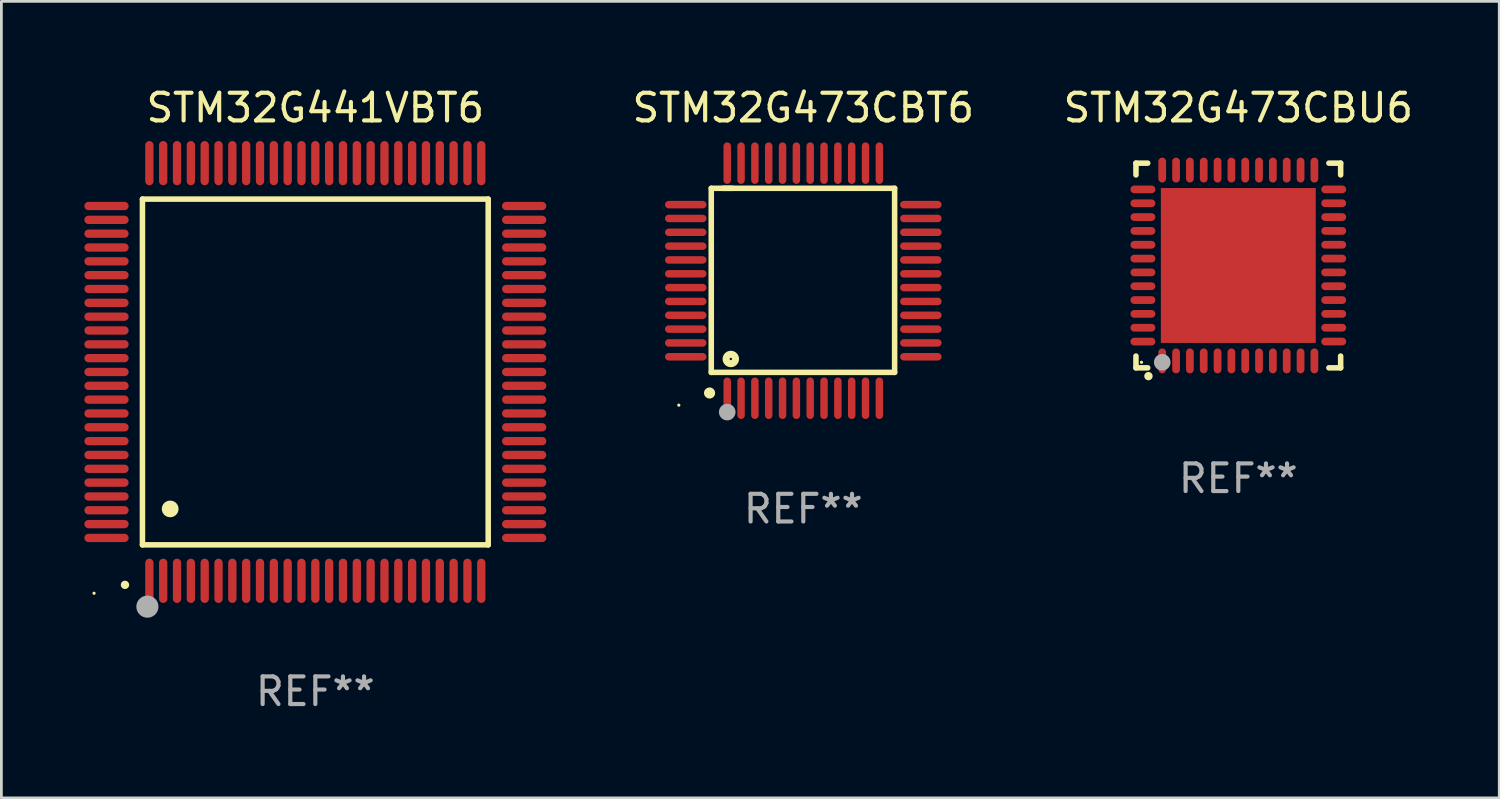
<source format=kicad_pcb>
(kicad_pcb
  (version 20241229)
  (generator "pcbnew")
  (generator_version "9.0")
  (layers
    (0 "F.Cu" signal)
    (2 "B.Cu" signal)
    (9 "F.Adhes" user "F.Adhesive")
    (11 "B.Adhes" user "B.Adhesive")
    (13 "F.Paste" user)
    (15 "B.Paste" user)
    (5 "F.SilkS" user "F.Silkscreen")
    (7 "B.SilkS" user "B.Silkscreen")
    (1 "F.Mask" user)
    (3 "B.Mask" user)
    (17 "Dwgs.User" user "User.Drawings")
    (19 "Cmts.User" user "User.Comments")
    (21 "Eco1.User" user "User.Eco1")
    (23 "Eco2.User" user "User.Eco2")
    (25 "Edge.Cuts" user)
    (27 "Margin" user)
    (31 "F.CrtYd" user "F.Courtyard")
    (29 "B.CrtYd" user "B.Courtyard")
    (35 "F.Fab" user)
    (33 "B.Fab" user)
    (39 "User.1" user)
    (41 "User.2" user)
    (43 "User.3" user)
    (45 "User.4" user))
  (footprint "STM32G473CBT6"
    (layer "F.Cu")
    (at 25.991 7.098)
    (property "Reference" "STM32G473CBT6" (at 0 -6.25 0) (layer "F.SilkS") (effects (font (size 1 1) (thickness 0.15))))
    (attr through_hole)
    (fp_line (start -3.327 -3.34) (end -2.565 -3.34) (stroke (width 0.2) (type solid)) (layer "F.SilkS"))
    (fp_line (start -3.327 3.315) (end -3.327 -3.34) (stroke (width 0.2) (type solid)) (layer "F.SilkS"))
    (fp_line (start -2.896 -3.34) (end 3.302 -3.34) (stroke (width 0.2) (type solid)) (layer "F.SilkS"))
    (fp_line (start 3.302 -3.34) (end 3.302 3.315) (stroke (width 0.2) (type solid)) (layer "F.SilkS"))
    (fp_line (start 3.302 3.315) (end -3.327 3.315) (stroke (width 0.2) (type solid)) (layer "F.SilkS"))
    (fp_arc (start -3.389992 4.059995) (mid -3.388722 4.059991) (end -3.387452 4.059995) (stroke (width 0.4) (type solid)) (layer "F.SilkS"))
    (fp_circle (center -4.5 4.5) (end -4.47 4.5) (stroke (width 0.06) (type solid)) (fill no) (layer "F.SilkS"))
    (fp_circle (center -2.62 2.83) (end -2.45 2.83) (stroke (width 0.254) (type solid)) (fill no) (layer "F.SilkS"))
    (fp_circle (center -2.75 4.75) (end -2.6 4.75) (stroke (width 0.3) (type solid)) (fill no) (layer "F.Fab"))
    (fp_text user "REF**" (at 0 8.25 0) (layer "F.Fab") (effects (font (size 1 1) (thickness 0.15))))
    (pad "1" smd oval (at -2.75 4.25) (size 0.27 1.5) (layers "F.Cu" "F.Mask" "F.Paste"))
    (pad "2" smd oval (at -2.25 4.25) (size 0.27 1.5) (layers "F.Cu" "F.Mask" "F.Paste"))
    (pad "3" smd oval (at -1.75 4.25) (size 0.27 1.5) (layers "F.Cu" "F.Mask" "F.Paste"))
    (pad "4" smd oval (at -1.25 4.25) (size 0.27 1.5) (layers "F.Cu" "F.Mask" "F.Paste"))
    (pad "5" smd oval (at -0.75 4.25) (size 0.27 1.5) (layers "F.Cu" "F.Mask" "F.Paste"))
    (pad "6" smd oval (at -0.25 4.25) (size 0.27 1.5) (layers "F.Cu" "F.Mask" "F.Paste"))
    (pad "7" smd oval (at 0.25 4.25) (size 0.27 1.5) (layers "F.Cu" "F.Mask" "F.Paste"))
    (pad "8" smd oval (at 0.75 4.25) (size 0.27 1.5) (layers "F.Cu" "F.Mask" "F.Paste"))
    (pad "9" smd oval (at 1.25 4.25) (size 0.27 1.5) (layers "F.Cu" "F.Mask" "F.Paste"))
    (pad "10" smd oval (at 1.75 4.25) (size 0.27 1.5) (layers "F.Cu" "F.Mask" "F.Paste"))
    (pad "11" smd oval (at 2.25 4.25) (size 0.27 1.5) (layers "F.Cu" "F.Mask" "F.Paste"))
    (pad "12" smd oval (at 2.75 4.25) (size 0.27 1.5) (layers "F.Cu" "F.Mask" "F.Paste"))
    (pad "13" smd oval (at 4.25 2.75) (size 1.5 0.27) (layers "F.Cu" "F.Mask" "F.Paste"))
    (pad "14" smd oval (at 4.25 2.25) (size 1.5 0.27) (layers "F.Cu" "F.Mask" "F.Paste"))
    (pad "15" smd oval (at 4.25 1.75) (size 1.5 0.27) (layers "F.Cu" "F.Mask" "F.Paste"))
    (pad "16" smd oval (at 4.25 1.25) (size 1.5 0.27) (layers "F.Cu" "F.Mask" "F.Paste"))
    (pad "17" smd oval (at 4.25 0.75) (size 1.5 0.27) (layers "F.Cu" "F.Mask" "F.Paste"))
    (pad "18" smd oval (at 4.25 0.25) (size 1.5 0.27) (layers "F.Cu" "F.Mask" "F.Paste"))
    (pad "19" smd oval (at 4.25 -0.25) (size 1.5 0.27) (layers "F.Cu" "F.Mask" "F.Paste"))
    (pad "20" smd oval (at 4.25 -0.75) (size 1.5 0.27) (layers "F.Cu" "F.Mask" "F.Paste"))
    (pad "21" smd oval (at 4.25 -1.25) (size 1.5 0.27) (layers "F.Cu" "F.Mask" "F.Paste"))
    (pad "22" smd oval (at 4.25 -1.75) (size 1.5 0.27) (layers "F.Cu" "F.Mask" "F.Paste"))
    (pad "23" smd oval (at 4.25 -2.25) (size 1.5 0.27) (layers "F.Cu" "F.Mask" "F.Paste"))
    (pad "24" smd oval (at 4.25 -2.75) (size 1.5 0.27) (layers "F.Cu" "F.Mask" "F.Paste"))
    (pad "25" smd oval (at 2.75 -4.25) (size 0.27 1.5) (layers "F.Cu" "F.Mask" "F.Paste"))
    (pad "26" smd oval (at 2.25 -4.25) (size 0.27 1.5) (layers "F.Cu" "F.Mask" "F.Paste"))
    (pad "27" smd oval (at 1.75 -4.25) (size 0.27 1.5) (layers "F.Cu" "F.Mask" "F.Paste"))
    (pad "28" smd oval (at 1.25 -4.25) (size 0.27 1.5) (layers "F.Cu" "F.Mask" "F.Paste"))
    (pad "29" smd oval (at 0.75 -4.25) (size 0.27 1.5) (layers "F.Cu" "F.Mask" "F.Paste"))
    (pad "30" smd oval (at 0.25 -4.25) (size 0.27 1.5) (layers "F.Cu" "F.Mask" "F.Paste"))
    (pad "31" smd oval (at -0.25 -4.25) (size 0.27 1.5) (layers "F.Cu" "F.Mask" "F.Paste"))
    (pad "32" smd oval (at -0.75 -4.25) (size 0.27 1.5) (layers "F.Cu" "F.Mask" "F.Paste"))
    (pad "33" smd oval (at -1.25 -4.25) (size 0.27 1.5) (layers "F.Cu" "F.Mask" "F.Paste"))
    (pad "34" smd oval (at -1.75 -4.25) (size 0.27 1.5) (layers "F.Cu" "F.Mask" "F.Paste"))
    (pad "35" smd oval (at -2.25 -4.25) (size 0.27 1.5) (layers "F.Cu" "F.Mask" "F.Paste"))
    (pad "36" smd oval (at -2.75 -4.25) (size 0.27 1.5) (layers "F.Cu" "F.Mask" "F.Paste"))
    (pad "37" smd oval (at -4.25 -2.75) (size 1.5 0.27) (layers "F.Cu" "F.Mask" "F.Paste"))
    (pad "38" smd oval (at -4.25 -2.25) (size 1.5 0.27) (layers "F.Cu" "F.Mask" "F.Paste"))
    (pad "39" smd oval (at -4.25 -1.75) (size 1.5 0.27) (layers "F.Cu" "F.Mask" "F.Paste"))
    (pad "40" smd oval (at -4.25 -1.25) (size 1.5 0.27) (layers "F.Cu" "F.Mask" "F.Paste"))
    (pad "41" smd oval (at -4.25 -0.75) (size 1.5 0.27) (layers "F.Cu" "F.Mask" "F.Paste"))
    (pad "42" smd oval (at -4.25 -0.25) (size 1.5 0.27) (layers "F.Cu" "F.Mask" "F.Paste"))
    (pad "43" smd oval (at -4.25 0.25) (size 1.5 0.27) (layers "F.Cu" "F.Mask" "F.Paste"))
    (pad "44" smd oval (at -4.25 0.75) (size 1.5 0.27) (layers "F.Cu" "F.Mask" "F.Paste"))
    (pad "45" smd oval (at -4.25 1.25) (size 1.5 0.27) (layers "F.Cu" "F.Mask" "F.Paste"))
    (pad "46" smd oval (at -4.25 1.75) (size 1.5 0.27) (layers "F.Cu" "F.Mask" "F.Paste"))
    (pad "47" smd oval (at -4.25 2.25) (size 1.5 0.27) (layers "F.Cu" "F.Mask" "F.Paste"))
    (pad "48" smd oval (at -4.25 2.75) (size 1.5 0.27) (layers "F.Cu" "F.Mask" "F.Paste")))
  (footprint "STM32G473CBU6"
    (layer "F.Cu")
    (at 41.718 6.548)
    (property "Reference" "STM32G473CBU6" (at 0 -5.7 0) (layer "F.SilkS") (effects (font (size 1 1) (thickness 0.15))))
    (attr through_hole)
    (fp_line (start -3.7 -3.7) (end -3.275 -3.7) (stroke (width 0.2) (type solid)) (layer "F.SilkS"))
    (fp_line (start -3.7 -3.275) (end -3.7 -3.7) (stroke (width 0.2) (type solid)) (layer "F.SilkS"))
    (fp_line (start -3.7 3.7) (end -3.7 3.275) (stroke (width 0.2) (type solid)) (layer "F.SilkS"))
    (fp_line (start -3.275 3.7) (end -3.7 3.7) (stroke (width 0.2) (type solid)) (layer "F.SilkS"))
    (fp_line (start 3.7 -3.7) (end 3.275 -3.7) (stroke (width 0.2) (type solid)) (layer "F.SilkS"))
    (fp_line (start 3.7 -3.275) (end 3.7 -3.7) (stroke (width 0.2) (type solid)) (layer "F.SilkS"))
    (fp_line (start 3.7 3.275) (end 3.7 3.7) (stroke (width 0.2) (type solid)) (layer "F.SilkS"))
    (fp_line (start 3.7 3.7) (end 3.275 3.7) (stroke (width 0.2) (type solid)) (layer "F.SilkS"))
    (fp_arc (start -3.249936 3.999975) (mid -3.248666 3.99997) (end -3.247396 3.999975) (stroke (width 0.3) (type solid)) (layer "F.SilkS"))
    (fp_circle (center -3.5 3.5) (end -3.47 3.5) (stroke (width 0.06) (type solid)) (fill no) (layer "F.SilkS"))
    (fp_circle (center -2.75 3.5) (end -2.6 3.5) (stroke (width 0.3) (type solid)) (fill no) (layer "F.Fab"))
    (fp_text user "REF**" (at 0 7.7 0) (layer "F.Fab") (effects (font (size 1 1) (thickness 0.15))))
    (pad "1" smd oval (at -2.751 3.449) (size 0.28 0.9) (layers "F.Cu" "F.Mask" "F.Paste"))
    (pad "2" smd oval (at -2.25 3.449) (size 0.28 0.9) (layers "F.Cu" "F.Mask" "F.Paste"))
    (pad "3" smd oval (at -1.75 3.449) (size 0.28 0.9) (layers "F.Cu" "F.Mask" "F.Paste"))
    (pad "4" smd oval (at -1.25 3.449) (size 0.28 0.9) (layers "F.Cu" "F.Mask" "F.Paste"))
    (pad "5" smd oval (at -0.749 3.449) (size 0.28 0.9) (layers "F.Cu" "F.Mask" "F.Paste"))
    (pad "6" smd oval (at -0.249 3.449) (size 0.28 0.9) (layers "F.Cu" "F.Mask" "F.Paste"))
    (pad "7" smd oval (at 0.249 3.449) (size 0.28 0.9) (layers "F.Cu" "F.Mask" "F.Paste"))
    (pad "8" smd oval (at 0.749 3.449) (size 0.28 0.9) (layers "F.Cu" "F.Mask" "F.Paste"))
    (pad "9" smd oval (at 1.25 3.449) (size 0.28 0.9) (layers "F.Cu" "F.Mask" "F.Paste"))
    (pad "10" smd oval (at 1.75 3.449) (size 0.28 0.9) (layers "F.Cu" "F.Mask" "F.Paste"))
    (pad "11" smd oval (at 2.251 3.449) (size 0.28 0.9) (layers "F.Cu" "F.Mask" "F.Paste"))
    (pad "12" smd oval (at 2.751 3.449) (size 0.28 0.9) (layers "F.Cu" "F.Mask" "F.Paste"))
    (pad "13" smd oval (at 3.449 2.75) (size 0.9 0.28) (layers "F.Cu" "F.Mask" "F.Paste"))
    (pad "14" smd oval (at 3.449 2.25) (size 0.9 0.28) (layers "F.Cu" "F.Mask" "F.Paste"))
    (pad "15" smd oval (at 3.449 1.75) (size 0.9 0.28) (layers "F.Cu" "F.Mask" "F.Paste"))
    (pad "16" smd oval (at 3.449 1.25) (size 0.9 0.28) (layers "F.Cu" "F.Mask" "F.Paste"))
    (pad "17" smd oval (at 3.449 0.75) (size 0.9 0.28) (layers "F.Cu" "F.Mask" "F.Paste"))
    (pad "18" smd oval (at 3.449 0.25) (size 0.9 0.28) (layers "F.Cu" "F.Mask" "F.Paste"))
    (pad "19" smd oval (at 3.449 -0.25) (size 0.9 0.28) (layers "F.Cu" "F.Mask" "F.Paste"))
    (pad "20" smd oval (at 3.449 -0.75) (size 0.9 0.28) (layers "F.Cu" "F.Mask" "F.Paste"))
    (pad "21" smd oval (at 3.449 -1.25) (size 0.9 0.28) (layers "F.Cu" "F.Mask" "F.Paste"))
    (pad "22" smd oval (at 3.449 -1.75) (size 0.9 0.28) (layers "F.Cu" "F.Mask" "F.Paste"))
    (pad "23" smd oval (at 3.449 -2.25) (size 0.9 0.28) (layers "F.Cu" "F.Mask" "F.Paste"))
    (pad "24" smd oval (at 3.449 -2.75) (size 0.9 0.28) (layers "F.Cu" "F.Mask" "F.Paste"))
    (pad "25" smd oval (at 2.751 -3.449) (size 0.28 0.9) (layers "F.Cu" "F.Mask" "F.Paste"))
    (pad "26" smd oval (at 2.251 -3.449) (size 0.28 0.9) (layers "F.Cu" "F.Mask" "F.Paste"))
    (pad "27" smd oval (at 1.75 -3.449) (size 0.28 0.9) (layers "F.Cu" "F.Mask" "F.Paste"))
    (pad "28" smd oval (at 1.25 -3.449) (size 0.28 0.9) (layers "F.Cu" "F.Mask" "F.Paste"))
    (pad "29" smd oval (at 0.749 -3.449) (size 0.28 0.9) (layers "F.Cu" "F.Mask" "F.Paste"))
    (pad "30" smd oval (at 0.249 -3.449) (size 0.28 0.9) (layers "F.Cu" "F.Mask" "F.Paste"))
    (pad "31" smd oval (at -0.249 -3.449) (size 0.28 0.9) (layers "F.Cu" "F.Mask" "F.Paste"))
    (pad "32" smd oval (at -0.749 -3.449) (size 0.28 0.9) (layers "F.Cu" "F.Mask" "F.Paste"))
    (pad "33" smd oval (at -1.25 -3.449) (size 0.28 0.9) (layers "F.Cu" "F.Mask" "F.Paste"))
    (pad "34" smd oval (at -1.75 -3.449) (size 0.28 0.9) (layers "F.Cu" "F.Mask" "F.Paste"))
    (pad "35" smd oval (at -2.25 -3.449) (size 0.28 0.9) (layers "F.Cu" "F.Mask" "F.Paste"))
    (pad "36" smd oval (at -2.751 -3.449) (size 0.28 0.9) (layers "F.Cu" "F.Mask" "F.Paste"))
    (pad "37" smd oval (at -3.449 -2.751) (size 0.9 0.28) (layers "F.Cu" "F.Mask" "F.Paste"))
    (pad "38" smd oval (at -3.449 -2.25) (size 0.9 0.28) (layers "F.Cu" "F.Mask" "F.Paste"))
    (pad "39" smd oval (at -3.449 -1.75) (size 0.9 0.28) (layers "F.Cu" "F.Mask" "F.Paste"))
    (pad "40" smd oval (at -3.449 -1.25) (size 0.9 0.28) (layers "F.Cu" "F.Mask" "F.Paste"))
    (pad "41" smd oval (at -3.449 -0.749) (size 0.9 0.28) (layers "F.Cu" "F.Mask" "F.Paste"))
    (pad "42" smd oval (at -3.449 -0.249) (size 0.9 0.28) (layers "F.Cu" "F.Mask" "F.Paste"))
    (pad "43" smd oval (at -3.449 0.249) (size 0.9 0.28) (layers "F.Cu" "F.Mask" "F.Paste"))
    (pad "44" smd oval (at -3.449 0.749) (size 0.9 0.28) (layers "F.Cu" "F.Mask" "F.Paste"))
    (pad "45" smd oval (at -3.449 1.25) (size 0.9 0.28) (layers "F.Cu" "F.Mask" "F.Paste"))
    (pad "46" smd oval (at -3.449 1.75) (size 0.9 0.28) (layers "F.Cu" "F.Mask" "F.Paste"))
    (pad "47" smd oval (at -3.449 2.25) (size 0.9 0.28) (layers "F.Cu" "F.Mask" "F.Paste"))
    (pad "48" smd oval (at -3.449 2.751) (size 0.9 0.28) (layers "F.Cu" "F.Mask" "F.Paste"))
    (pad "49" smd rect (at 0.000076 -0.000025) (size 5.6 5.6) (layers "F.Cu" "F.Mask" "F.Paste")))
  (footprint "STM32G441VBT6"
    (layer "F.Cu")
    (at 8.35 10.398)
    (property "Reference" "STM32G441VBT6" (at 0 -9.55 0) (layer "F.SilkS") (effects (font (size 1 1) (thickness 0.15))))
    (attr through_hole)
    (fp_line (start -6.25 -6.25) (end -6.25 6.25) (stroke (width 0.2) (type solid)) (layer "F.SilkS"))
    (fp_line (start -6.25 6.25) (end 6.25 6.25) (stroke (width 0.2) (type solid)) (layer "F.SilkS"))
    (fp_line (start 6.25 -6.25) (end -6.25 -6.25) (stroke (width 0.2) (type solid)) (layer "F.SilkS"))
    (fp_line (start 6.25 6.25) (end 6.25 -6.25) (stroke (width 0.2) (type solid)) (layer "F.SilkS"))
    (fp_arc (start -6.883414 7.696215) (mid -6.882144 7.69621) (end -6.880874 7.696215) (stroke (width 0.3) (type solid)) (layer "F.SilkS"))
    (fp_arc (start -5.250191 4.95047) (mid -5.247651 4.950459) (end -5.245111 4.95047) (stroke (width 0.6) (type solid)) (layer "F.SilkS"))
    (fp_circle (center -8 8) (end -7.97 8) (stroke (width 0.06) (type solid)) (fill no) (layer "F.SilkS"))
    (fp_circle (center -6.071 8.484) (end -5.871 8.484) (stroke (width 0.4) (type solid)) (fill no) (layer "F.Fab"))
    (fp_text user "REF**" (at 0 11.55 0) (layer "F.Fab") (effects (font (size 1 1) (thickness 0.15))))
    (pad "1" smd oval (at -6 7.55) (size 0.3 1.6) (layers "F.Cu" "F.Mask" "F.Paste"))
    (pad "2" smd oval (at -5.5 7.55) (size 0.3 1.6) (layers "F.Cu" "F.Mask" "F.Paste"))
    (pad "3" smd oval (at -5 7.55) (size 0.3 1.6) (layers "F.Cu" "F.Mask" "F.Paste"))
    (pad "4" smd oval (at -4.5 7.55) (size 0.3 1.6) (layers "F.Cu" "F.Mask" "F.Paste"))
    (pad "5" smd oval (at -4 7.55) (size 0.3 1.6) (layers "F.Cu" "F.Mask" "F.Paste"))
    (pad "6" smd oval (at -3.5 7.55) (size 0.3 1.6) (layers "F.Cu" "F.Mask" "F.Paste"))
    (pad "7" smd oval (at -3 7.55) (size 0.3 1.6) (layers "F.Cu" "F.Mask" "F.Paste"))
    (pad "8" smd oval (at -2.5 7.55) (size 0.3 1.6) (layers "F.Cu" "F.Mask" "F.Paste"))
    (pad "9" smd oval (at -2 7.55) (size 0.3 1.6) (layers "F.Cu" "F.Mask" "F.Paste"))
    (pad "10" smd oval (at -1.5 7.55) (size 0.3 1.6) (layers "F.Cu" "F.Mask" "F.Paste"))
    (pad "11" smd oval (at -1 7.55) (size 0.3 1.6) (layers "F.Cu" "F.Mask" "F.Paste"))
    (pad "12" smd oval (at -0.5 7.55) (size 0.3 1.6) (layers "F.Cu" "F.Mask" "F.Paste"))
    (pad "13" smd oval (at 0 7.55) (size 0.3 1.6) (layers "F.Cu" "F.Mask" "F.Paste"))
    (pad "14" smd oval (at 0.5 7.55) (size 0.3 1.6) (layers "F.Cu" "F.Mask" "F.Paste"))
    (pad "15" smd oval (at 1 7.55) (size 0.3 1.6) (layers "F.Cu" "F.Mask" "F.Paste"))
    (pad "16" smd oval (at 1.5 7.55) (size 0.3 1.6) (layers "F.Cu" "F.Mask" "F.Paste"))
    (pad "17" smd oval (at 2 7.55) (size 0.3 1.6) (layers "F.Cu" "F.Mask" "F.Paste"))
    (pad "18" smd oval (at 2.5 7.55) (size 0.3 1.6) (layers "F.Cu" "F.Mask" "F.Paste"))
    (pad "19" smd oval (at 3 7.55) (size 0.3 1.6) (layers "F.Cu" "F.Mask" "F.Paste"))
    (pad "20" smd oval (at 3.5 7.55) (size 0.3 1.6) (layers "F.Cu" "F.Mask" "F.Paste"))
    (pad "21" smd oval (at 4 7.55) (size 0.3 1.6) (layers "F.Cu" "F.Mask" "F.Paste"))
    (pad "22" smd oval (at 4.5 7.55) (size 0.3 1.6) (layers "F.Cu" "F.Mask" "F.Paste"))
    (pad "23" smd oval (at 5 7.55) (size 0.3 1.6) (layers "F.Cu" "F.Mask" "F.Paste"))
    (pad "24" smd oval (at 5.5 7.55) (size 0.3 1.6) (layers "F.Cu" "F.Mask" "F.Paste"))
    (pad "25" smd oval (at 6 7.55) (size 0.3 1.6) (layers "F.Cu" "F.Mask" "F.Paste"))
    (pad "26" smd oval (at 7.55 6) (size 1.6 0.3) (layers "F.Cu" "F.Mask" "F.Paste"))
    (pad "27" smd oval (at 7.55 5.5) (size 1.6 0.3) (layers "F.Cu" "F.Mask" "F.Paste"))
    (pad "28" smd oval (at 7.55 5) (size 1.6 0.3) (layers "F.Cu" "F.Mask" "F.Paste"))
    (pad "29" smd oval (at 7.55 4.5) (size 1.6 0.3) (layers "F.Cu" "F.Mask" "F.Paste"))
    (pad "30" smd oval (at 7.55 4) (size 1.6 0.3) (layers "F.Cu" "F.Mask" "F.Paste"))
    (pad "31" smd oval (at 7.55 3.5) (size 1.6 0.3) (layers "F.Cu" "F.Mask" "F.Paste"))
    (pad "32" smd oval (at 7.55 3) (size 1.6 0.3) (layers "F.Cu" "F.Mask" "F.Paste"))
    (pad "33" smd oval (at 7.55 2.5) (size 1.6 0.3) (layers "F.Cu" "F.Mask" "F.Paste"))
    (pad "34" smd oval (at 7.55 2) (size 1.6 0.3) (layers "F.Cu" "F.Mask" "F.Paste"))
    (pad "35" smd oval (at 7.55 1.5) (size 1.6 0.3) (layers "F.Cu" "F.Mask" "F.Paste"))
    (pad "36" smd oval (at 7.55 1) (size 1.6 0.3) (layers "F.Cu" "F.Mask" "F.Paste"))
    (pad "37" smd oval (at 7.55 0.5) (size 1.6 0.3) (layers "F.Cu" "F.Mask" "F.Paste"))
    (pad "38" smd oval (at 7.55 0) (size 1.6 0.3) (layers "F.Cu" "F.Mask" "F.Paste"))
    (pad "39" smd oval (at 7.55 -0.5) (size 1.6 0.3) (layers "F.Cu" "F.Mask" "F.Paste"))
    (pad "40" smd oval (at 7.55 -1) (size 1.6 0.3) (layers "F.Cu" "F.Mask" "F.Paste"))
    (pad "41" smd oval (at 7.55 -1.5) (size 1.6 0.3) (layers "F.Cu" "F.Mask" "F.Paste"))
    (pad "42" smd oval (at 7.55 -2) (size 1.6 0.3) (layers "F.Cu" "F.Mask" "F.Paste"))
    (pad "43" smd oval (at 7.55 -2.5) (size 1.6 0.3) (layers "F.Cu" "F.Mask" "F.Paste"))
    (pad "44" smd oval (at 7.55 -3) (size 1.6 0.3) (layers "F.Cu" "F.Mask" "F.Paste"))
    (pad "45" smd oval (at 7.55 -3.5) (size 1.6 0.3) (layers "F.Cu" "F.Mask" "F.Paste"))
    (pad "46" smd oval (at 7.55 -4) (size 1.6 0.3) (layers "F.Cu" "F.Mask" "F.Paste"))
    (pad "47" smd oval (at 7.55 -4.5) (size 1.6 0.3) (layers "F.Cu" "F.Mask" "F.Paste"))
    (pad "48" smd oval (at 7.55 -5) (size 1.6 0.3) (layers "F.Cu" "F.Mask" "F.Paste"))
    (pad "49" smd oval (at 7.55 -5.5) (size 1.6 0.3) (layers "F.Cu" "F.Mask" "F.Paste"))
    (pad "50" smd oval (at 7.55 -6) (size 1.6 0.3) (layers "F.Cu" "F.Mask" "F.Paste"))
    (pad "51" smd oval (at 6 -7.55) (size 0.3 1.6) (layers "F.Cu" "F.Mask" "F.Paste"))
    (pad "52" smd oval (at 5.5 -7.55) (size 0.3 1.6) (layers "F.Cu" "F.Mask" "F.Paste"))
    (pad "53" smd oval (at 5 -7.55) (size 0.3 1.6) (layers "F.Cu" "F.Mask" "F.Paste"))
    (pad "54" smd oval (at 4.5 -7.55) (size 0.3 1.6) (layers "F.Cu" "F.Mask" "F.Paste"))
    (pad "55" smd oval (at 4 -7.55) (size 0.3 1.6) (layers "F.Cu" "F.Mask" "F.Paste"))
    (pad "56" smd oval (at 3.5 -7.55) (size 0.3 1.6) (layers "F.Cu" "F.Mask" "F.Paste"))
    (pad "57" smd oval (at 3 -7.55) (size 0.3 1.6) (layers "F.Cu" "F.Mask" "F.Paste"))
    (pad "58" smd oval (at 2.5 -7.55) (size 0.3 1.6) (layers "F.Cu" "F.Mask" "F.Paste"))
    (pad "59" smd oval (at 2 -7.55) (size 0.3 1.6) (layers "F.Cu" "F.Mask" "F.Paste"))
    (pad "60" smd oval (at 1.5 -7.55) (size 0.3 1.6) (layers "F.Cu" "F.Mask" "F.Paste"))
    (pad "61" smd oval (at 1 -7.55) (size 0.3 1.6) (layers "F.Cu" "F.Mask" "F.Paste"))
    (pad "62" smd oval (at 0.5 -7.55) (size 0.3 1.6) (layers "F.Cu" "F.Mask" "F.Paste"))
    (pad "63" smd oval (at 0 -7.55) (size 0.3 1.6) (layers "F.Cu" "F.Mask" "F.Paste"))
    (pad "64" smd oval (at -0.5 -7.55) (size 0.3 1.6) (layers "F.Cu" "F.Mask" "F.Paste"))
    (pad "65" smd oval (at -1 -7.55) (size 0.3 1.6) (layers "F.Cu" "F.Mask" "F.Paste"))
    (pad "66" smd oval (at -1.5 -7.55) (size 0.3 1.6) (layers "F.Cu" "F.Mask" "F.Paste"))
    (pad "67" smd oval (at -2 -7.55) (size 0.3 1.6) (layers "F.Cu" "F.Mask" "F.Paste"))
    (pad "68" smd oval (at -2.5 -7.55) (size 0.3 1.6) (layers "F.Cu" "F.Mask" "F.Paste"))
    (pad "69" smd oval (at -3 -7.55) (size 0.3 1.6) (layers "F.Cu" "F.Mask" "F.Paste"))
    (pad "70" smd oval (at -3.5 -7.55) (size 0.3 1.6) (layers "F.Cu" "F.Mask" "F.Paste"))
    (pad "71" smd oval (at -4 -7.55) (size 0.3 1.6) (layers "F.Cu" "F.Mask" "F.Paste"))
    (pad "72" smd oval (at -4.5 -7.55) (size 0.3 1.6) (layers "F.Cu" "F.Mask" "F.Paste"))
    (pad "73" smd oval (at -5 -7.55) (size 0.3 1.6) (layers "F.Cu" "F.Mask" "F.Paste"))
    (pad "74" smd oval (at -5.5 -7.55) (size 0.3 1.6) (layers "F.Cu" "F.Mask" "F.Paste"))
    (pad "75" smd oval (at -6 -7.55) (size 0.3 1.6) (layers "F.Cu" "F.Mask" "F.Paste"))
    (pad "76" smd oval (at -7.55 -6) (size 1.6 0.3) (layers "F.Cu" "F.Mask" "F.Paste"))
    (pad "77" smd oval (at -7.55 -5.5) (size 1.6 0.3) (layers "F.Cu" "F.Mask" "F.Paste"))
    (pad "78" smd oval (at -7.55 -5) (size 1.6 0.3) (layers "F.Cu" "F.Mask" "F.Paste"))
    (pad "79" smd oval (at -7.55 -4.5) (size 1.6 0.3) (layers "F.Cu" "F.Mask" "F.Paste"))
    (pad "80" smd oval (at -7.55 -4) (size 1.6 0.3) (layers "F.Cu" "F.Mask" "F.Paste"))
    (pad "81" smd oval (at -7.55 -3.5) (size 1.6 0.3) (layers "F.Cu" "F.Mask" "F.Paste"))
    (pad "82" smd oval (at -7.55 -3) (size 1.6 0.3) (layers "F.Cu" "F.Mask" "F.Paste"))
    (pad "83" smd oval (at -7.55 -2.5) (size 1.6 0.3) (layers "F.Cu" "F.Mask" "F.Paste"))
    (pad "84" smd oval (at -7.55 -2) (size 1.6 0.3) (layers "F.Cu" "F.Mask" "F.Paste"))
    (pad "85" smd oval (at -7.55 -1.5) (size 1.6 0.3) (layers "F.Cu" "F.Mask" "F.Paste"))
    (pad "86" smd oval (at -7.55 -1) (size 1.6 0.3) (layers "F.Cu" "F.Mask" "F.Paste"))
    (pad "87" smd oval (at -7.55 -0.5) (size 1.6 0.3) (layers "F.Cu" "F.Mask" "F.Paste"))
    (pad "88" smd oval (at -7.55 0) (size 1.6 0.3) (layers "F.Cu" "F.Mask" "F.Paste"))
    (pad "89" smd oval (at -7.55 0.5) (size 1.6 0.3) (layers "F.Cu" "F.Mask" "F.Paste"))
    (pad "90" smd oval (at -7.55 1) (size 1.6 0.3) (layers "F.Cu" "F.Mask" "F.Paste"))
    (pad "91" smd oval (at -7.55 1.5) (size 1.6 0.3) (layers "F.Cu" "F.Mask" "F.Paste"))
    (pad "92" smd oval (at -7.55 2) (size 1.6 0.3) (layers "F.Cu" "F.Mask" "F.Paste"))
    (pad "93" smd oval (at -7.55 2.5) (size 1.6 0.3) (layers "F.Cu" "F.Mask" "F.Paste"))
    (pad "94" smd oval (at -7.55 3) (size 1.6 0.3) (layers "F.Cu" "F.Mask" "F.Paste"))
    (pad "95" smd oval (at -7.55 3.5) (size 1.6 0.3) (layers "F.Cu" "F.Mask" "F.Paste"))
    (pad "96" smd oval (at -7.55 4) (size 1.6 0.3) (layers "F.Cu" "F.Mask" "F.Paste"))
    (pad "97" smd oval (at -7.55 4.5) (size 1.6 0.3) (layers "F.Cu" "F.Mask" "F.Paste"))
    (pad "98" smd oval (at -7.55 5) (size 1.6 0.3) (layers "F.Cu" "F.Mask" "F.Paste"))
    (pad "99" smd oval (at -7.55 5.5) (size 1.6 0.3) (layers "F.Cu" "F.Mask" "F.Paste"))
    (pad "100" smd oval (at -7.55 6) (size 1.6 0.3) (layers "F.Cu" "F.Mask" "F.Paste")))
  (gr_rect
    (start -3 -3)
    (end 51.152 25.796)
    (stroke (width 0.1) (type default))
    (fill no)
    (layer "Edge.Cuts")))
</source>
